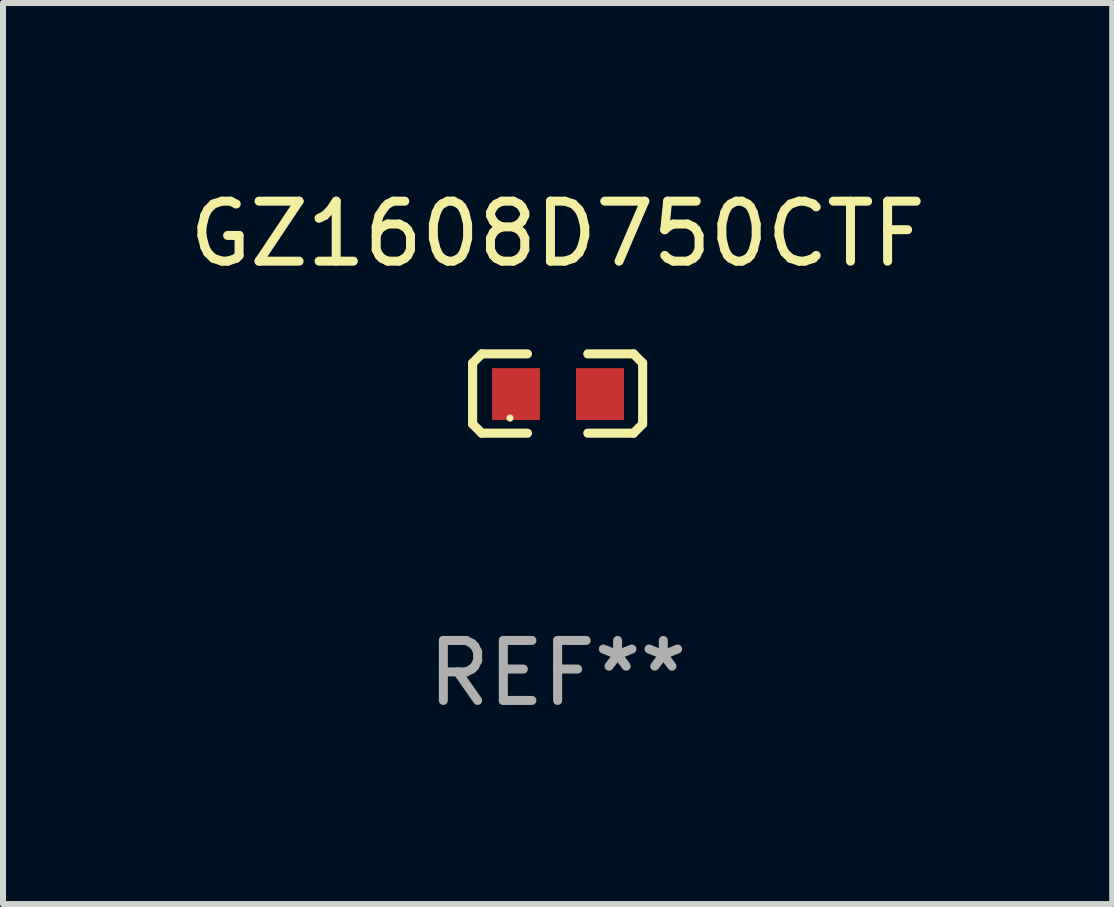
<source format=kicad_pcb>
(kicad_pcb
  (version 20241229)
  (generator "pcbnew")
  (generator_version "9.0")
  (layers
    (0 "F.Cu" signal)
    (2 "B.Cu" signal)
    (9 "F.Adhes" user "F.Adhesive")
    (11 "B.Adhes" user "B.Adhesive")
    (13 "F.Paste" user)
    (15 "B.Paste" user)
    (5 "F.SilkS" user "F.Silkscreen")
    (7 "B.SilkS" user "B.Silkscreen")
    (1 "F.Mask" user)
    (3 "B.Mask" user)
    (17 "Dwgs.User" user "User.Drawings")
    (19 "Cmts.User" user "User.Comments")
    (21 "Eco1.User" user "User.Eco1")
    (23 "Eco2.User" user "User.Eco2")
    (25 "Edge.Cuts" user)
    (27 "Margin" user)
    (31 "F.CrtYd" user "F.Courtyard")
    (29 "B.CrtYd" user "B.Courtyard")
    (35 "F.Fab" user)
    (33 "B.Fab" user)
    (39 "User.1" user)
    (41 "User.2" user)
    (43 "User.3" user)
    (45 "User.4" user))
  (footprint "GZ1608D750CTF"
    (layer "F.Cu")
    (at 6.244 3.509)
    (property "Reference" "GZ1608D750CTF" (at 0 -2.661 0) (layer "F.SilkS") (effects (font (size 1 1) (thickness 0.15))))
    (attr through_hole)
    (fp_line (start -1.417 -0.508) (end -1.265 -0.661) (stroke (width 0.152) (type solid)) (layer "F.SilkS"))
    (fp_line (start -1.417 0.508) (end -1.417 -0.508) (stroke (width 0.152) (type solid)) (layer "F.SilkS"))
    (fp_line (start -1.265 -0.661) (end -0.503 -0.661) (stroke (width 0.152) (type solid)) (layer "F.SilkS"))
    (fp_line (start -1.265 0.661) (end -1.417 0.508) (stroke (width 0.152) (type solid)) (layer "F.SilkS"))
    (fp_line (start -1.265 0.661) (end -0.503 0.661) (stroke (width 0.152) (type solid)) (layer "F.SilkS"))
    (fp_line (start 1.265 -0.661) (end 0.503 -0.661) (stroke (width 0.152) (type solid)) (layer "F.SilkS"))
    (fp_line (start 1.265 -0.661) (end 1.417 -0.508) (stroke (width 0.152) (type solid)) (layer "F.SilkS"))
    (fp_line (start 1.265 0.661) (end 0.503 0.661) (stroke (width 0.152) (type solid)) (layer "F.SilkS"))
    (fp_line (start 1.417 -0.508) (end 1.417 0.508) (stroke (width 0.152) (type solid)) (layer "F.SilkS"))
    (fp_line (start 1.417 0.508) (end 1.265 0.661) (stroke (width 0.152) (type solid)) (layer "F.SilkS"))
    (fp_circle (center -0.793 0.409) (end -0.763 0.409) (stroke (width 0.06) (type solid)) (fill no) (layer "F.SilkS"))
    (fp_text user "REF**" (at 0 4.661 0) (layer "F.Fab") (effects (font (size 1 1) (thickness 0.15))))
    (pad "1" smd rect (at -0.693 0.009 180) (size 0.8 0.864) (layers "F.Cu" "F.Mask" "F.Paste"))
    (pad "2" smd rect (at 0.707 0.009 180) (size 0.8 0.864) (layers "F.Cu" "F.Mask" "F.Paste")))
  (gr_rect
    (start -3 -3)
    (end 15.488 12.018)
    (stroke (width 0.1) (type default))
    (fill no)
    (layer "Edge.Cuts")))
</source>
